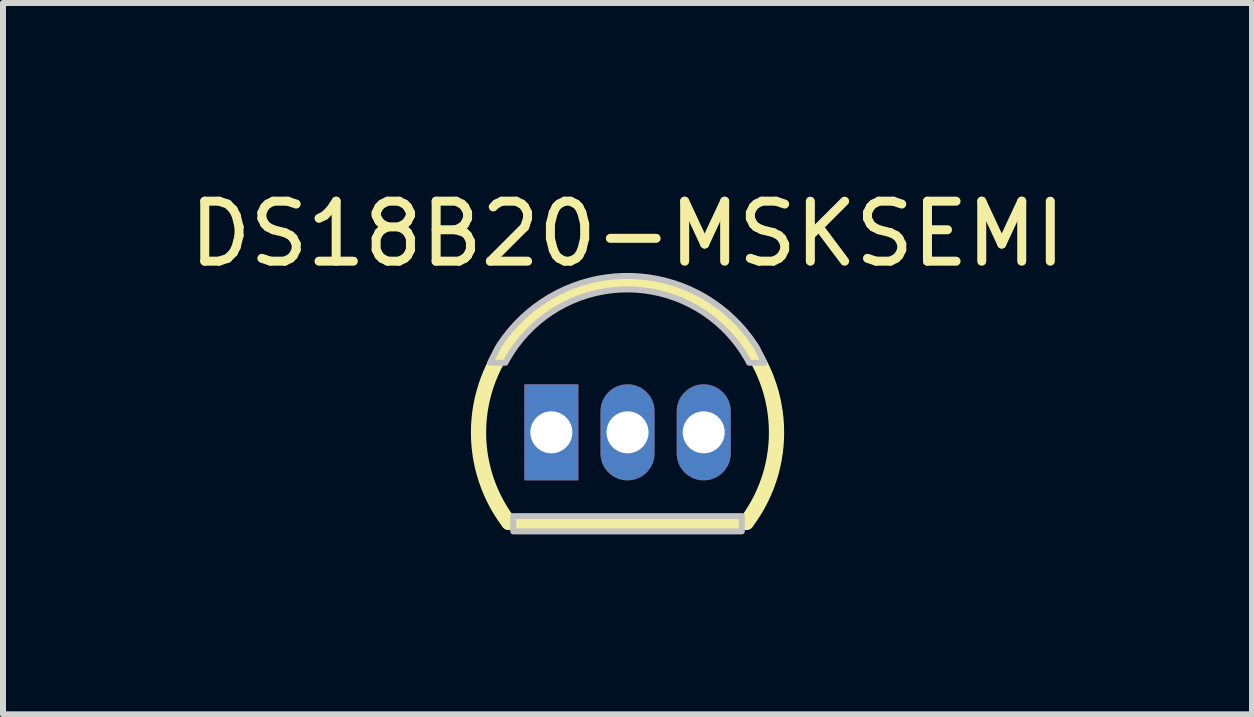
<source format=kicad_pcb>
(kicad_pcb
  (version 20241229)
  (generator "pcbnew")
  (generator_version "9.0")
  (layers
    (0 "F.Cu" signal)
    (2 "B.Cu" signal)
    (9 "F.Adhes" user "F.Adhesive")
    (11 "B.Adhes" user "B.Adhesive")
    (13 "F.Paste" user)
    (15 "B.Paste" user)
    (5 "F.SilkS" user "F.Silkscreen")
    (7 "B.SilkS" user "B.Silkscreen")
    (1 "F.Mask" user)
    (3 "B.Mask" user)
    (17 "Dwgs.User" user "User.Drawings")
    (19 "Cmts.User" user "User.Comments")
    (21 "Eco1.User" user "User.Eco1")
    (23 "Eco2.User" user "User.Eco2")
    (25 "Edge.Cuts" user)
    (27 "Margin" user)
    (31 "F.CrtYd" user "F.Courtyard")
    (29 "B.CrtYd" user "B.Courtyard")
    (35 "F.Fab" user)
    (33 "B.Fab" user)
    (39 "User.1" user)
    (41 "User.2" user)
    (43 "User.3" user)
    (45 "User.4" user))
  (footprint "DS18B20-MSKSEMI"
    (layer "F.Cu")
    (at 7.411 4.157)
    (property "Reference" "DS18B20-MSKSEMI" (at 0 -3.308 0) (layer "F.SilkS") (effects (font (size 1 1) (thickness 0.15))))
    (fp_line (start 1.98 1.5) (end -1.98 1.5) (stroke (width 0.254) (type default)) (layer "F.SilkS"))
    (fp_arc (start -1.981 1.501) (mid 0 -2.481421) (end 1.981 1.501) (stroke (width 0.254) (type default)) (layer "F.SilkS"))
    (fp_poly (pts (xy -1.905 1.397) (xy 1.905 1.397) (xy 1.905 1.651) (xy -1.905 1.651)) (stroke (width 0.1) (type default)) (fill no) (layer "Dwgs.User"))
    (fp_poly (pts (xy -2.29 -1.16) (arc (start -2.036 -1.16) (mid -0.004 -2.382507) (end 2.028 -1.16)) (xy 2.282 -1.16) (arc (start 2.155 -1.414) (mid -0.004 -2.607045) (end -2.163 -1.414))) (stroke (width 0.1) (type default)) (fill no) (layer "Dwgs.User"))
    (fp_poly (pts (xy -1.505 0.22) (xy -1.505 -0.22) (xy -1.035 -0.22) (xy -1.035 0.22)) (stroke (width 0.1) (type default)) (fill no) (layer "User.1"))
    (fp_poly (pts (xy -0.235 0.22) (xy -0.235 -0.22) (xy 0.235 -0.22) (xy 0.235 0.22)) (stroke (width 0.1) (type default)) (fill no) (layer "User.1"))
    (fp_poly (pts (xy 1.035 0.22) (xy 1.035 -0.22) (xy 1.505 -0.22) (xy 1.505 0.22)) (stroke (width 0.1) (type default)) (fill no) (layer "User.1"))
    (fp_line (start -2.484 0) (end -2.466 0.207) (stroke (width 0.051) (type default)) (layer "User.2"))
    (fp_line (start -2.481 -0.124) (end -2.481 -0.003) (stroke (width 0.051) (type default)) (layer "User.2"))
    (fp_line (start -2.466 0.207) (end -2.442 0.406) (stroke (width 0.051) (type default)) (layer "User.2"))
    (fp_line (start -2.442 0.406) (end -2.399 0.598) (stroke (width 0.051) (type default)) (layer "User.2"))
    (fp_line (start -2.399 0.598) (end -2.341 0.79) (stroke (width 0.051) (type default)) (layer "User.2"))
    (fp_line (start -2.341 0.79) (end -2.265 0.986) (stroke (width 0.051) (type default)) (layer "User.2"))
    (fp_line (start -2.265 0.986) (end -2.181 1.155) (stroke (width 0.051) (type default)) (layer "User.2"))
    (fp_line (start -2.181 1.155) (end -1.98 1.5) (stroke (width 0.051) (type default)) (layer "User.2"))
    (fp_line (start -1.98 1.5) (end 1.98 1.5) (stroke (width 0.051) (type default)) (layer "User.2"))
    (fp_line (start 0.124 -2.478) (end -0.127 -2.478) (stroke (width 0.051) (type default)) (layer "User.2"))
    (fp_line (start 1.98 1.5) (end 2.189 1.157) (stroke (width 0.051) (type default)) (layer "User.2"))
    (fp_line (start 2.189 1.157) (end 2.342 0.795) (stroke (width 0.051) (type default)) (layer "User.2"))
    (fp_line (start 2.342 0.795) (end 2.457 0.398) (stroke (width 0.051) (type default)) (layer "User.2"))
    (fp_line (start 2.457 0.398) (end 2.484 0) (stroke (width 0.051) (type default)) (layer "User.2"))
    (fp_line (start 2.484 0) (end 2.484 -0.118) (stroke (width 0.051) (type default)) (layer "User.2"))
    (fp_arc (start -2.481 -0.124) (mid -1.791383 -1.788883) (end -0.1265 -2.478) (stroke (width 0.051) (type default)) (layer "User.2"))
    (fp_arc (start -2.481 -0.003) (mid -2.481879 -0.000879) (end -2.484 0) (stroke (width 0.051) (type default)) (layer "User.2"))
    (fp_arc (start 0.124 -2.478) (mid 1.792772 -1.786772) (end 2.484 -0.118) (stroke (width 0.051) (type default)) (layer "User.2"))
    (fp_poly (pts (xy -2.429 1.477) (xy -2.461 1.445) (xy -2.507 1.445) (xy -2.539 1.477) (xy -2.539 1.523) (xy -2.507 1.555) (xy -2.461 1.555) (xy -2.429 1.523)) (stroke (width 0.1) (type default)) (fill no) (layer "User.3"))
    (pad "1" thru_hole rect (at -1.27 0) (size 0.9 1.6) (drill 0.7) (layers "*.Cu" "*.Mask"))
    (pad "2" thru_hole oval (at 0 0) (size 0.9 1.6) (drill 0.7) (layers "*.Cu" "*.Mask"))
    (pad "3" thru_hole oval (at 1.27 0) (size 0.9 1.6) (drill 0.7) (layers "*.Cu" "*.Mask")))
  (gr_rect
    (start -3 -3)
    (end 17.821 8.858)
    (stroke (width 0.1) (type default))
    (fill no)
    (layer "Edge.Cuts")))
</source>
